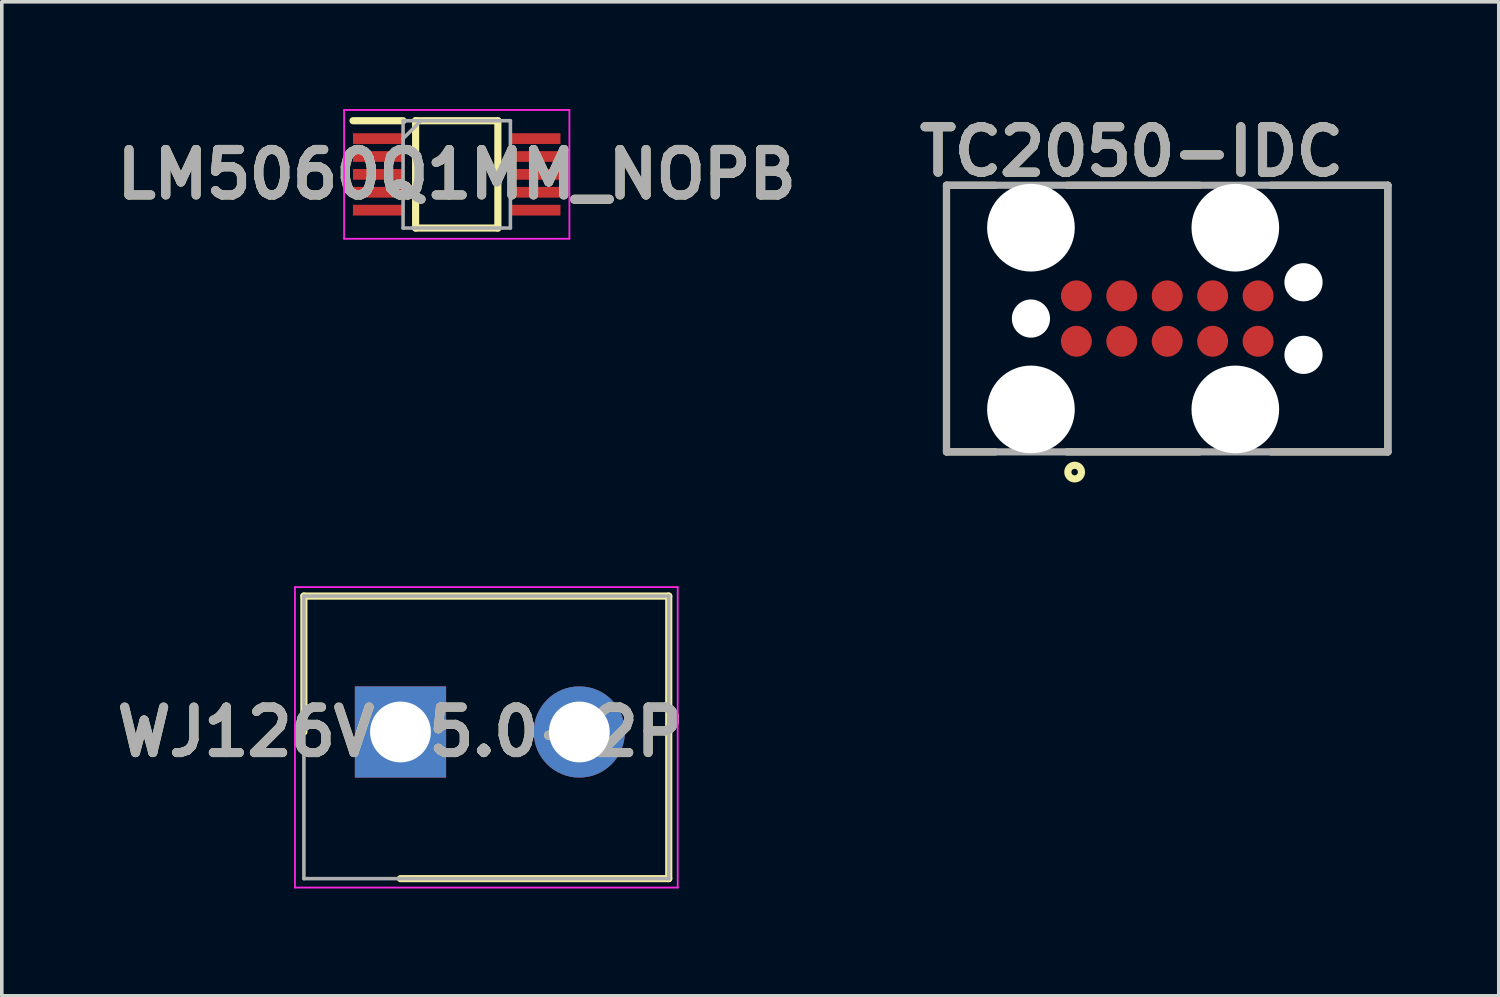
<source format=kicad_pcb>
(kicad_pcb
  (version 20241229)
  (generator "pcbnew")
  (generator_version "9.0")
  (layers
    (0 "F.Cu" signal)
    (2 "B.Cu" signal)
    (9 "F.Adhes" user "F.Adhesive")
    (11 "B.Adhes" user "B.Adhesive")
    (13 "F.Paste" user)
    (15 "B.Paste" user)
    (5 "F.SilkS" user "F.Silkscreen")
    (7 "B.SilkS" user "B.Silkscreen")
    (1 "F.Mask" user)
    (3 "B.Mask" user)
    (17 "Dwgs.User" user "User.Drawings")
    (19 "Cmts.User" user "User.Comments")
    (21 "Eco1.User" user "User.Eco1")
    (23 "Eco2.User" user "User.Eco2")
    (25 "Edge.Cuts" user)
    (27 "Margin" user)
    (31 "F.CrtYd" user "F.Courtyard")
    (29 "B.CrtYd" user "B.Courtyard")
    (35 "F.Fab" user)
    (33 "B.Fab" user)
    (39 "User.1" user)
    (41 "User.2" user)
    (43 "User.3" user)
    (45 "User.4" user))
  (footprint "WJ126V-5.0-2P"
    (layer "F.Cu")
    (at 8.146 17.414)
    (property "Reference" "WJ126V-5.0-2P" (at 0 0 0) (layer "F.SilkS") (effects (font (size 1.27 1.27) (thickness 0.254))))
    (attr through_hole)
    (fp_line (start -2.7 -3.8) (end -2.7 0) (stroke (width 0.2) (type solid)) (layer "F.SilkS"))
    (fp_line (start 0 4.1) (end 7.5 4.1) (stroke (width 0.2) (type solid)) (layer "F.SilkS"))
    (fp_line (start 7.5 -3.8) (end -2.7 -3.8) (stroke (width 0.2) (type solid)) (layer "F.SilkS"))
    (fp_line (start 7.5 4.1) (end 7.5 -3.8) (stroke (width 0.2) (type solid)) (layer "F.SilkS"))
    (fp_line (start -2.95 -4.05) (end 7.75 -4.05) (stroke (width 0.05) (type solid)) (layer "F.CrtYd"))
    (fp_line (start -2.95 4.35) (end -2.95 -4.05) (stroke (width 0.05) (type solid)) (layer "F.CrtYd"))
    (fp_line (start 7.75 -4.05) (end 7.75 4.35) (stroke (width 0.05) (type solid)) (layer "F.CrtYd"))
    (fp_line (start 7.75 4.35) (end -2.95 4.35) (stroke (width 0.05) (type solid)) (layer "F.CrtYd"))
    (fp_line (start -2.7 -3.8) (end 7.5 -3.8) (stroke (width 0.1) (type solid)) (layer "F.Fab"))
    (fp_line (start -2.7 4.1) (end -2.7 -3.8) (stroke (width 0.1) (type solid)) (layer "F.Fab"))
    (fp_line (start 7.5 -3.8) (end 7.5 4.1) (stroke (width 0.1) (type solid)) (layer "F.Fab"))
    (fp_line (start 7.5 4.1) (end -2.7 4.1) (stroke (width 0.1) (type solid)) (layer "F.Fab"))
    (fp_text user "${REFERENCE}" (at 0 0 0) (layer "F.Fab") (effects (font (size 1.27 1.27) (thickness 0.254))))
    (pad "1" thru_hole rect (at 0 0) (size 2.55 2.55) (drill 1.7) (layers "*.Cu" "*.Mask"))
    (pad "2" thru_hole circle (at 5 0) (size 2.55 2.55) (drill 1.7) (layers "*.Cu" "*.Mask")))
  (footprint "LM5060Q1MM_NOPB"
    (layer "F.Cu")
    (at 9.719 1.825)
    (property "Reference" "LM5060Q1MM_NOPB" (at 0 0 0) (layer "F.SilkS") (effects (font (size 1.27 1.27) (thickness 0.254))))
    (attr smd)
    (fp_line (start -2.9 -1.5) (end -1.5 -1.5) (stroke (width 0.2) (type solid)) (layer "F.SilkS"))
    (fp_line (start -1.15 -1.5) (end 1.15 -1.5) (stroke (width 0.2) (type solid)) (layer "F.SilkS"))
    (fp_line (start -1.15 1.5) (end -1.15 -1.5) (stroke (width 0.2) (type solid)) (layer "F.SilkS"))
    (fp_line (start 1.15 -1.5) (end 1.15 1.5) (stroke (width 0.2) (type solid)) (layer "F.SilkS"))
    (fp_line (start 1.15 1.5) (end -1.15 1.5) (stroke (width 0.2) (type solid)) (layer "F.SilkS"))
    (fp_line (start -3.15 -1.8) (end 3.15 -1.8) (stroke (width 0.05) (type solid)) (layer "F.CrtYd"))
    (fp_line (start -3.15 1.8) (end -3.15 -1.8) (stroke (width 0.05) (type solid)) (layer "F.CrtYd"))
    (fp_line (start 3.15 -1.8) (end 3.15 1.8) (stroke (width 0.05) (type solid)) (layer "F.CrtYd"))
    (fp_line (start 3.15 1.8) (end -3.15 1.8) (stroke (width 0.05) (type solid)) (layer "F.CrtYd"))
    (fp_line (start -1.5 -1.5) (end 1.5 -1.5) (stroke (width 0.1) (type solid)) (layer "F.Fab"))
    (fp_line (start -1.5 -1) (end -1 -1.5) (stroke (width 0.1) (type solid)) (layer "F.Fab"))
    (fp_line (start -1.5 1.5) (end -1.5 -1.5) (stroke (width 0.1) (type solid)) (layer "F.Fab"))
    (fp_line (start 1.5 -1.5) (end 1.5 1.5) (stroke (width 0.1) (type solid)) (layer "F.Fab"))
    (fp_line (start 1.5 1.5) (end -1.5 1.5) (stroke (width 0.1) (type solid)) (layer "F.Fab"))
    (fp_text user "${REFERENCE}" (at 0 0 0) (layer "F.Fab") (effects (font (size 1.27 1.27) (thickness 0.254))))
    (pad "1" smd rect (at -2.2 -1 90) (size 0.3 1.4) (layers "F.Cu" "F.Mask" "F.Paste"))
    (pad "2" smd rect (at -2.2 -0.5 90) (size 0.3 1.4) (layers "F.Cu" "F.Mask" "F.Paste"))
    (pad "3" smd rect (at -2.2 0 90) (size 0.3 1.4) (layers "F.Cu" "F.Mask" "F.Paste"))
    (pad "4" smd rect (at -2.2 0.5 90) (size 0.3 1.4) (layers "F.Cu" "F.Mask" "F.Paste"))
    (pad "5" smd rect (at -2.2 1 90) (size 0.3 1.4) (layers "F.Cu" "F.Mask" "F.Paste"))
    (pad "6" smd rect (at 2.2 1 90) (size 0.3 1.4) (layers "F.Cu" "F.Mask" "F.Paste"))
    (pad "7" smd rect (at 2.2 0.5 90) (size 0.3 1.4) (layers "F.Cu" "F.Mask" "F.Paste"))
    (pad "8" smd rect (at 2.2 0 90) (size 0.3 1.4) (layers "F.Cu" "F.Mask" "F.Paste"))
    (pad "9" smd rect (at 2.2 -0.5 90) (size 0.3 1.4) (layers "F.Cu" "F.Mask" "F.Paste"))
    (pad "10" smd rect (at 2.2 -1 90) (size 0.3 1.4) (layers "F.Cu" "F.Mask" "F.Paste")))
  (footprint "TC2050-IDC"
    (layer "F.Cu")
    (at 28.629 3.316)
    (property "Reference" "TC2050-IDC" (at -0.042 -2.127 0) (layer "F.SilkS") (effects (font (size 1.27 1.27) (thickness 0.254))))
    (attr through_hole)
    (fp_line (start -5.218 -1.187) (end -3.854 -1.187) (stroke (width 0.2) (type solid)) (layer "F.SilkS"))
    (fp_line (start -5.218 6.267) (end -5.218 -1.187) (stroke (width 0.2) (type solid)) (layer "F.SilkS"))
    (fp_line (start -5.218 6.267) (end -3.854 6.267) (stroke (width 0.2) (type solid)) (layer "F.SilkS"))
    (fp_line (start -1.853 -1.187) (end 1.853 -1.187) (stroke (width 0.2) (type solid)) (layer "F.SilkS"))
    (fp_line (start -1.853 6.267) (end 1.853 6.267) (stroke (width 0.2) (type solid)) (layer "F.SilkS"))
    (fp_line (start 7.122 -1.187) (end 3.85 -1.187) (stroke (width 0.2) (type solid)) (layer "F.SilkS"))
    (fp_line (start 7.122 -1.187) (end 7.122 6.267) (stroke (width 0.2) (type solid)) (layer "F.SilkS"))
    (fp_line (start 7.122 6.267) (end 3.85 6.267) (stroke (width 0.2) (type solid)) (layer "F.SilkS"))
    (fp_circle (center -1.635 6.832) (end -1.635 6.923) (stroke (width 0.2) (type solid)) (fill no) (layer "F.SilkS"))
    (fp_line (start -5.218 -1.187) (end 7.122 -1.187) (stroke (width 0.2) (type solid)) (layer "F.Fab"))
    (fp_line (start -5.218 6.267) (end -5.218 -1.187) (stroke (width 0.2) (type solid)) (layer "F.Fab"))
    (fp_line (start 7.122 -1.187) (end 7.122 6.267) (stroke (width 0.2) (type solid)) (layer "F.Fab"))
    (fp_line (start 7.122 6.267) (end -5.218 6.267) (stroke (width 0.2) (type solid)) (layer "F.Fab"))
    (fp_text user "${REFERENCE}" (at -0.042 -2.127 0) (layer "F.Fab") (effects (font (size 1.27 1.27) (thickness 0.254))))
    (pad "" np_thru_hole circle (at -2.857 0) (size 2.451 2.451) (drill 2.451) (layers "*.Cu" "*.Mask"))
    (pad "" np_thru_hole circle (at -2.857 2.54) (size 1.067 1.067) (drill 1.067) (layers "*.Cu" "*.Mask"))
    (pad "" np_thru_hole circle (at -2.857 5.08) (size 2.451 2.451) (drill 2.451) (layers "*.Cu" "*.Mask"))
    (pad "" np_thru_hole circle (at 2.857 0) (size 2.451 2.451) (drill 2.451) (layers "*.Cu" "*.Mask"))
    (pad "" np_thru_hole circle (at 2.857 5.08) (size 2.451 2.451) (drill 2.451) (layers "*.Cu" "*.Mask"))
    (pad "" np_thru_hole circle (at 4.763 1.525) (size 1.067 1.067) (drill 1.067) (layers "*.Cu" "*.Mask"))
    (pad "" np_thru_hole circle (at 4.763 3.555) (size 1.067 1.067) (drill 1.067) (layers "*.Cu" "*.Mask"))
    (pad "1" smd circle (at -1.587 3.175 90) (size 0.864 0.864) (layers "F.Cu" "F.Mask" "F.Paste"))
    (pad "2" smd circle (at -0.318 3.175 90) (size 0.864 0.864) (layers "F.Cu" "F.Mask" "F.Paste"))
    (pad "3" smd circle (at 0.953 3.175 90) (size 0.864 0.864) (layers "F.Cu" "F.Mask" "F.Paste"))
    (pad "4" smd circle (at 2.223 3.175 90) (size 0.864 0.864) (layers "F.Cu" "F.Mask" "F.Paste"))
    (pad "5" smd circle (at 3.493 3.175 90) (size 0.864 0.864) (layers "F.Cu" "F.Mask" "F.Paste"))
    (pad "6" smd circle (at 3.493 1.905 90) (size 0.864 0.864) (layers "F.Cu" "F.Mask" "F.Paste"))
    (pad "7" smd circle (at 2.223 1.905 90) (size 0.864 0.864) (layers "F.Cu" "F.Mask" "F.Paste"))
    (pad "8" smd circle (at 0.953 1.905 90) (size 0.864 0.864) (layers "F.Cu" "F.Mask" "F.Paste"))
    (pad "9" smd circle (at -0.318 1.905 90) (size 0.864 0.864) (layers "F.Cu" "F.Mask" "F.Paste"))
    (pad "10" smd circle (at -1.587 1.905 90) (size 0.864 0.864) (layers "F.Cu" "F.Mask" "F.Paste")))
  (gr_rect
    (start -3 -3)
    (end 38.851 24.789)
    (stroke (width 0.1) (type default))
    (fill no)
    (layer "Edge.Cuts")))
</source>
